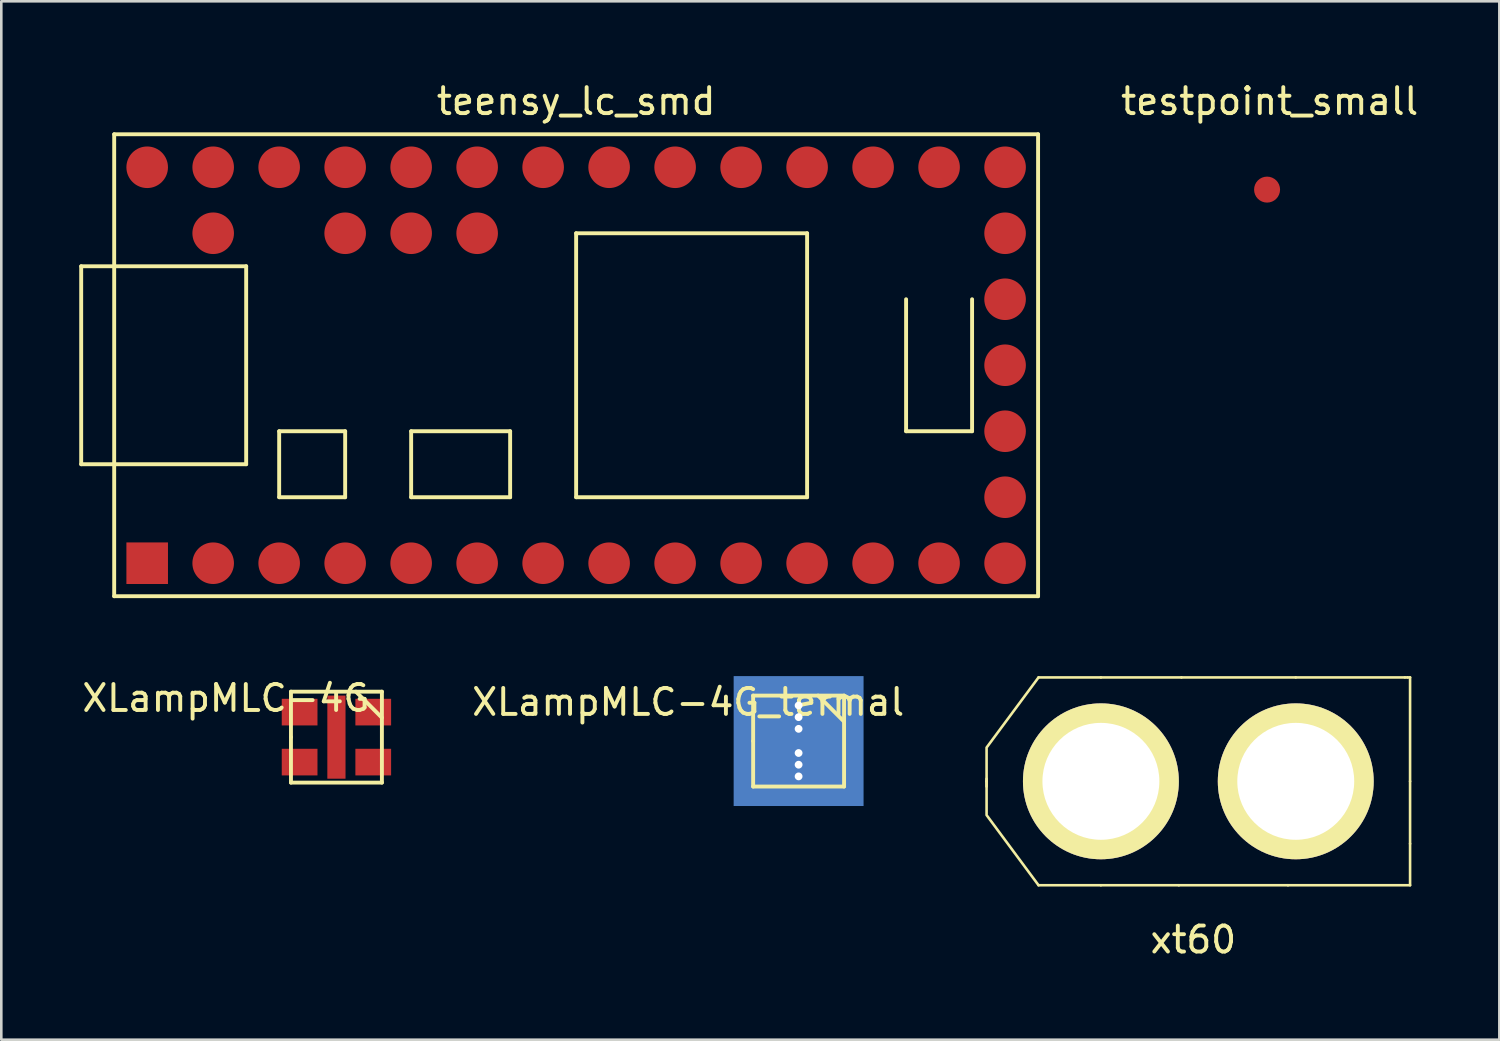
<source format=kicad_pcb>
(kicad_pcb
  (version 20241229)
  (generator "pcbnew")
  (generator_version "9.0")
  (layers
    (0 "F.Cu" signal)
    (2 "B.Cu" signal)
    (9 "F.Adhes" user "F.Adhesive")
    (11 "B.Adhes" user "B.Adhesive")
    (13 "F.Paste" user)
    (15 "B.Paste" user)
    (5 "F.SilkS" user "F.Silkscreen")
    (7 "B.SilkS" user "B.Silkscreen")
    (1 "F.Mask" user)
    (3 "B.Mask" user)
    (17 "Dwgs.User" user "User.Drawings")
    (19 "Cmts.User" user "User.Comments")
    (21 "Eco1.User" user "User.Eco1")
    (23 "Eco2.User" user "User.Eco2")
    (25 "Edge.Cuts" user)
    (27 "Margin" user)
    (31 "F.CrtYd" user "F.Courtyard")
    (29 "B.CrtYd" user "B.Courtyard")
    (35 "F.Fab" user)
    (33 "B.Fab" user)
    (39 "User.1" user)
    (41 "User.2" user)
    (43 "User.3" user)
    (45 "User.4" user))
  (footprint "xt60"
    (layer "F.Cu")
    (at 39.323 27.023)
    (property "Reference" "xt60" (at 3.556 6.096 0) (layer "F.SilkS") (effects (font (size 1 1) (thickness 0.15))))
    (attr through_hole)
    (fp_line (start -4.4 -0.1) (end -4.4 0.2) (stroke (width 0.1) (type solid)) (layer "F.SilkS"))
    (fp_line (start -4.4 0) (end -4.4 -1.25) (stroke (width 0.1) (type solid)) (layer "F.SilkS"))
    (fp_line (start -4.4 0) (end -4.4 1.25) (stroke (width 0.1) (type solid)) (layer "F.SilkS"))
    (fp_line (start -2.4 -4) (end -4.4 -1.3) (stroke (width 0.1) (type solid)) (layer "F.SilkS"))
    (fp_line (start -2.4 4) (end -4.4 1.3) (stroke (width 0.1) (type solid)) (layer "F.SilkS"))
    (fp_line (start 0 -4) (end -2.4 -4) (stroke (width 0.1) (type solid)) (layer "F.SilkS"))
    (fp_line (start 0 4) (end -2.4 4) (stroke (width 0.1) (type solid)) (layer "F.SilkS"))
    (fp_line (start 3 4) (end 0 4) (stroke (width 0.1) (type solid)) (layer "F.SilkS"))
    (fp_line (start 3.1 -4) (end 0 -4) (stroke (width 0.1) (type solid)) (layer "F.SilkS"))
    (fp_line (start 7.2 4) (end 3 4) (stroke (width 0.1) (type solid)) (layer "F.SilkS"))
    (fp_line (start 7.2 4) (end 11.9 4) (stroke (width 0.1) (type solid)) (layer "F.SilkS"))
    (fp_line (start 7.5 -4) (end 3.1 -4) (stroke (width 0.1) (type solid)) (layer "F.SilkS"))
    (fp_line (start 7.5 -4) (end 11.7 -4) (stroke (width 0.1) (type solid)) (layer "F.SilkS"))
    (fp_line (start 11.7 -4) (end 11.8 -4) (stroke (width 0.1) (type solid)) (layer "F.SilkS"))
    (fp_line (start 11.8 -4) (end 11.9 -4) (stroke (width 0.1) (type solid)) (layer "F.SilkS"))
    (fp_line (start 11.9 -4) (end 11.9 0) (stroke (width 0.1) (type solid)) (layer "F.SilkS"))
    (fp_line (start 11.9 0) (end 11.9 2.4) (stroke (width 0.1) (type solid)) (layer "F.SilkS"))
    (fp_line (start 11.9 4) (end 11.9 2.4) (stroke (width 0.1) (type solid)) (layer "F.SilkS"))
    (pad "1" thru_hole circle (at 0 0) (size 6 6) (drill 4.5) (layers "*.Cu" "*.Mask" "F.SilkS"))
    (pad "2" thru_hole circle (at 7.5 0) (size 6 6) (drill 4.5) (layers "*.Cu" "*.Mask" "F.SilkS")))
  (footprint "teensy_lc_smd"
    (layer "F.Cu")
    (at 19.125 11.008)
    (property "Reference" "teensy_lc_smd" (at 0 -10.16 0) (layer "F.SilkS") (effects (font (size 1 1) (thickness 0.15))))
    (attr through_hole)
    (fp_line (start -19.05 -3.81) (end -17.78 -3.81) (stroke (width 0.15) (type solid)) (layer "F.SilkS"))
    (fp_line (start -19.05 3.81) (end -19.05 -3.81) (stroke (width 0.15) (type solid)) (layer "F.SilkS"))
    (fp_line (start -17.78 -8.89) (end 17.78 -8.89) (stroke (width 0.15) (type solid)) (layer "F.SilkS"))
    (fp_line (start -17.78 3.81) (end -19.05 3.81) (stroke (width 0.15) (type solid)) (layer "F.SilkS"))
    (fp_line (start -17.78 8.89) (end -17.78 -8.89) (stroke (width 0.15) (type solid)) (layer "F.SilkS"))
    (fp_line (start -12.7 -3.81) (end -17.78 -3.81) (stroke (width 0.15) (type solid)) (layer "F.SilkS"))
    (fp_line (start -12.7 3.81) (end -17.78 3.81) (stroke (width 0.15) (type solid)) (layer "F.SilkS"))
    (fp_line (start -12.7 3.81) (end -12.7 -3.81) (stroke (width 0.15) (type solid)) (layer "F.SilkS"))
    (fp_line (start -11.43 2.54) (end -11.43 5.08) (stroke (width 0.15) (type solid)) (layer "F.SilkS"))
    (fp_line (start -11.43 5.08) (end -8.89 5.08) (stroke (width 0.15) (type solid)) (layer "F.SilkS"))
    (fp_line (start -8.89 2.54) (end -11.43 2.54) (stroke (width 0.15) (type solid)) (layer "F.SilkS"))
    (fp_line (start -8.89 5.08) (end -8.89 2.54) (stroke (width 0.15) (type solid)) (layer "F.SilkS"))
    (fp_line (start -6.35 2.54) (end -6.35 5.08) (stroke (width 0.15) (type solid)) (layer "F.SilkS"))
    (fp_line (start -6.35 5.08) (end -2.54 5.08) (stroke (width 0.15) (type solid)) (layer "F.SilkS"))
    (fp_line (start -2.54 2.54) (end -6.35 2.54) (stroke (width 0.15) (type solid)) (layer "F.SilkS"))
    (fp_line (start -2.54 5.08) (end -2.54 2.54) (stroke (width 0.15) (type solid)) (layer "F.SilkS"))
    (fp_line (start 0 -5.08) (end 0 5.08) (stroke (width 0.15) (type solid)) (layer "F.SilkS"))
    (fp_line (start 8.89 -5.08) (end 0 -5.08) (stroke (width 0.15) (type solid)) (layer "F.SilkS"))
    (fp_line (start 8.89 5.08) (end 0 5.08) (stroke (width 0.15) (type solid)) (layer "F.SilkS"))
    (fp_line (start 8.89 5.08) (end 8.89 -5.08) (stroke (width 0.15) (type solid)) (layer "F.SilkS"))
    (fp_line (start 12.7 2.54) (end 12.7 -2.54) (stroke (width 0.15) (type solid)) (layer "F.SilkS"))
    (fp_line (start 15.24 -2.54) (end 15.24 2.54) (stroke (width 0.15) (type solid)) (layer "F.SilkS"))
    (fp_line (start 15.24 2.54) (end 12.7 2.54) (stroke (width 0.15) (type solid)) (layer "F.SilkS"))
    (fp_line (start 17.78 -8.89) (end 17.78 8.89) (stroke (width 0.15) (type solid)) (layer "F.SilkS"))
    (fp_line (start 17.78 8.89) (end -17.78 8.89) (stroke (width 0.15) (type solid)) (layer "F.SilkS"))
    (pad "1" smd rect (at -16.51 7.62) (size 1.6 1.6) (layers "F.Cu" "F.Mask" "F.Paste"))
    (pad "2" smd circle (at -13.97 7.62) (size 1.6 1.6) (layers "F.Cu" "F.Mask" "F.Paste"))
    (pad "3" smd circle (at -11.43 7.62) (size 1.6 1.6) (layers "F.Cu" "F.Mask" "F.Paste"))
    (pad "4" smd circle (at -8.89 7.62) (size 1.6 1.6) (layers "F.Cu" "F.Mask" "F.Paste"))
    (pad "5" smd circle (at -6.35 7.62) (size 1.6 1.6) (layers "F.Cu" "F.Mask" "F.Paste"))
    (pad "6" smd circle (at -3.81 7.62) (size 1.6 1.6) (layers "F.Cu" "F.Mask" "F.Paste"))
    (pad "7" smd circle (at -1.27 7.62) (size 1.6 1.6) (layers "F.Cu" "F.Mask" "F.Paste"))
    (pad "8" smd circle (at 1.27 7.62) (size 1.6 1.6) (layers "F.Cu" "F.Mask" "F.Paste"))
    (pad "9" smd circle (at 3.81 7.62) (size 1.6 1.6) (layers "F.Cu" "F.Mask" "F.Paste"))
    (pad "10" smd circle (at 6.35 7.62) (size 1.6 1.6) (layers "F.Cu" "F.Mask" "F.Paste"))
    (pad "11" smd circle (at 8.89 7.62) (size 1.6 1.6) (layers "F.Cu" "F.Mask" "F.Paste"))
    (pad "12" smd circle (at 11.43 7.62) (size 1.6 1.6) (layers "F.Cu" "F.Mask" "F.Paste"))
    (pad "13" smd circle (at 13.97 7.62) (size 1.6 1.6) (layers "F.Cu" "F.Mask" "F.Paste"))
    (pad "14" smd circle (at 16.51 7.62) (size 1.6 1.6) (layers "F.Cu" "F.Mask" "F.Paste"))
    (pad "15" smd circle (at 16.51 5.08) (size 1.6 1.6) (layers "F.Cu" "F.Mask" "F.Paste"))
    (pad "16" smd circle (at 16.51 2.54) (size 1.6 1.6) (layers "F.Cu" "F.Mask" "F.Paste"))
    (pad "17" smd circle (at 16.51 0) (size 1.6 1.6) (layers "F.Cu" "F.Mask" "F.Paste"))
    (pad "18" smd circle (at 16.51 -2.54) (size 1.6 1.6) (layers "F.Cu" "F.Mask" "F.Paste"))
    (pad "19" smd circle (at 16.51 -5.08) (size 1.6 1.6) (layers "F.Cu" "F.Mask" "F.Paste"))
    (pad "20" smd circle (at 16.51 -7.62) (size 1.6 1.6) (layers "F.Cu" "F.Mask" "F.Paste"))
    (pad "21" smd circle (at 13.97 -7.62) (size 1.6 1.6) (layers "F.Cu" "F.Mask" "F.Paste"))
    (pad "22" smd circle (at 11.43 -7.62) (size 1.6 1.6) (layers "F.Cu" "F.Mask" "F.Paste"))
    (pad "23" smd circle (at 8.89 -7.62) (size 1.6 1.6) (layers "F.Cu" "F.Mask" "F.Paste"))
    (pad "24" smd circle (at 6.35 -7.62) (size 1.6 1.6) (layers "F.Cu" "F.Mask" "F.Paste"))
    (pad "25" smd circle (at 3.81 -7.62) (size 1.6 1.6) (layers "F.Cu" "F.Mask" "F.Paste"))
    (pad "26" smd circle (at 1.27 -7.62) (size 1.6 1.6) (layers "F.Cu" "F.Mask" "F.Paste"))
    (pad "27" smd circle (at -1.27 -7.62) (size 1.6 1.6) (layers "F.Cu" "F.Mask" "F.Paste"))
    (pad "28" smd circle (at -3.81 -7.62) (size 1.6 1.6) (layers "F.Cu" "F.Mask" "F.Paste"))
    (pad "29" smd circle (at -6.35 -7.62) (size 1.6 1.6) (layers "F.Cu" "F.Mask" "F.Paste"))
    (pad "30" smd circle (at -8.89 -7.62) (size 1.6 1.6) (layers "F.Cu" "F.Mask" "F.Paste"))
    (pad "31" smd circle (at -11.43 -7.62) (size 1.6 1.6) (layers "F.Cu" "F.Mask" "F.Paste"))
    (pad "32" smd circle (at -13.97 -7.62) (size 1.6 1.6) (layers "F.Cu" "F.Mask" "F.Paste"))
    (pad "33" smd circle (at -16.51 -7.62) (size 1.6 1.6) (layers "F.Cu" "F.Mask" "F.Paste"))
    (pad "34" smd circle (at -13.97 -5.08) (size 1.6 1.6) (layers "F.Cu" "F.Mask" "F.Paste"))
    (pad "35" smd circle (at -8.89 -5.08) (size 1.6 1.6) (layers "F.Cu" "F.Mask" "F.Paste"))
    (pad "36" smd circle (at -6.35 -5.08) (size 1.6 1.6) (layers "F.Cu" "F.Mask" "F.Paste"))
    (pad "37" smd circle (at -3.81 -5.08) (size 1.6 1.6) (layers "F.Cu" "F.Mask" "F.Paste")))
  (footprint "XLampMLC-4G_termal"
    (layer "F.Cu")
    (at 27.688 25.473)
    (property "Reference" "XLampMLC-4G_termal" (at -4.25 -1.5 0) (layer "F.SilkS") (effects (font (size 1 1) (thickness 0.15))))
    (attr through_hole)
    (fp_line (start -1.75 -1.75) (end 1.75 -1.75) (stroke (width 0.15) (type solid)) (layer "F.SilkS"))
    (fp_line (start -1.75 0) (end -1.75 -1.75) (stroke (width 0.15) (type solid)) (layer "F.SilkS"))
    (fp_line (start -1.75 1.75) (end -1.75 0) (stroke (width 0.15) (type solid)) (layer "F.SilkS"))
    (fp_line (start 0.75 -1.75) (end 1.75 -0.75) (stroke (width 0.15) (type solid)) (layer "F.SilkS"))
    (fp_line (start 1.75 -1.75) (end 1.75 1.75) (stroke (width 0.15) (type solid)) (layer "F.SilkS"))
    (fp_line (start 1.75 1.75) (end -1.75 1.75) (stroke (width 0.15) (type solid)) (layer "F.SilkS"))
    (pad "1" smd rect (at -1.417 -0.963) (size 1.375 1.025) (layers "F.Cu" "F.Mask" "F.Paste"))
    (pad "2" smd rect (at 1.417 -0.963) (size 1.375 1.025) (layers "F.Cu" "F.Mask" "F.Paste"))
    (pad "3" smd rect (at -1.417 0.961) (size 1.375 1.025) (layers "F.Cu" "F.Mask" "F.Paste"))
    (pad "4" smd rect (at 1.417 0.961) (size 1.375 1.025) (layers "F.Cu" "F.Mask" "F.Paste"))
    (pad "5" thru_hole circle (at 0 -1.37) (size 0.45 0.45) (drill 0.3) (layers "*.Cu" "*.Mask"))
    (pad "5" thru_hole circle (at 0 -0.92) (size 0.45 0.45) (drill 0.3) (layers "*.Cu" "*.Mask"))
    (pad "5" thru_hole circle (at 0 -0.47) (size 0.45 0.45) (drill 0.3) (layers "*.Cu" "*.Mask"))
    (pad "5" smd rect (at 0 0) (size 0.7 3.2) (layers "F.Cu" "F.Mask" "F.Paste"))
    (pad "5" smd rect (at 0 0) (size 5 5) (layers "F.Mask" "B.Cu" "F.Paste"))
    (pad "5" thru_hole circle (at 0 0.46) (size 0.45 0.45) (drill 0.3) (layers "*.Cu" "*.Mask"))
    (pad "5" thru_hole circle (at 0 0.91) (size 0.45 0.45) (drill 0.3) (layers "*.Cu" "*.Mask"))
    (pad "5" thru_hole circle (at 0 1.36) (size 0.45 0.45) (drill 0.3) (layers "*.Cu" "*.Mask")))
  (footprint "testpoint_small"
    (layer "F.Cu")
    (at 45.719 4.248)
    (property "Reference" "testpoint_small" (at 0.1 -3.4 0) (layer "F.SilkS") (effects (font (size 1 1) (thickness 0.15))))
    (attr through_hole)
    (pad "1" smd circle (at 0 0) (size 1 1) (layers "F.Cu" "F.Mask" "F.Paste")))
  (footprint "XLampMLC-4G"
    (layer "F.Cu")
    (at 9.899 25.322)
    (property "Reference" "XLampMLC-4G" (at -4.25 -1.5 0) (layer "F.SilkS") (effects (font (size 1 1) (thickness 0.15))))
    (attr through_hole)
    (fp_line (start -1.75 -1.75) (end 1.75 -1.75) (stroke (width 0.15) (type solid)) (layer "F.SilkS"))
    (fp_line (start -1.75 0) (end -1.75 -1.75) (stroke (width 0.15) (type solid)) (layer "F.SilkS"))
    (fp_line (start -1.75 1.75) (end -1.75 0) (stroke (width 0.15) (type solid)) (layer "F.SilkS"))
    (fp_line (start 0.75 -1.75) (end 1.75 -0.75) (stroke (width 0.15) (type solid)) (layer "F.SilkS"))
    (fp_line (start 1.75 -1.75) (end 1.75 1.75) (stroke (width 0.15) (type solid)) (layer "F.SilkS"))
    (fp_line (start 1.75 1.75) (end -1.75 1.75) (stroke (width 0.15) (type solid)) (layer "F.SilkS"))
    (pad "1" smd rect (at -1.417 -0.963) (size 1.375 1.025) (layers "F.Cu" "F.Mask" "F.Paste"))
    (pad "2" smd rect (at 1.417 -0.963) (size 1.375 1.025) (layers "F.Cu" "F.Mask" "F.Paste"))
    (pad "3" smd rect (at -1.417 0.961) (size 1.375 1.025) (layers "F.Cu" "F.Mask" "F.Paste"))
    (pad "4" smd rect (at 1.417 0.961) (size 1.375 1.025) (layers "F.Cu" "F.Mask" "F.Paste"))
    (pad "5" smd rect (at 0 0) (size 0.7 3.2) (layers "F.Cu" "F.Mask" "F.Paste")))
  (gr_rect
    (start -3 -3)
    (end 54.659 36.968)
    (stroke (width 0.1) (type default))
    (fill no)
    (layer "Edge.Cuts")))
</source>
